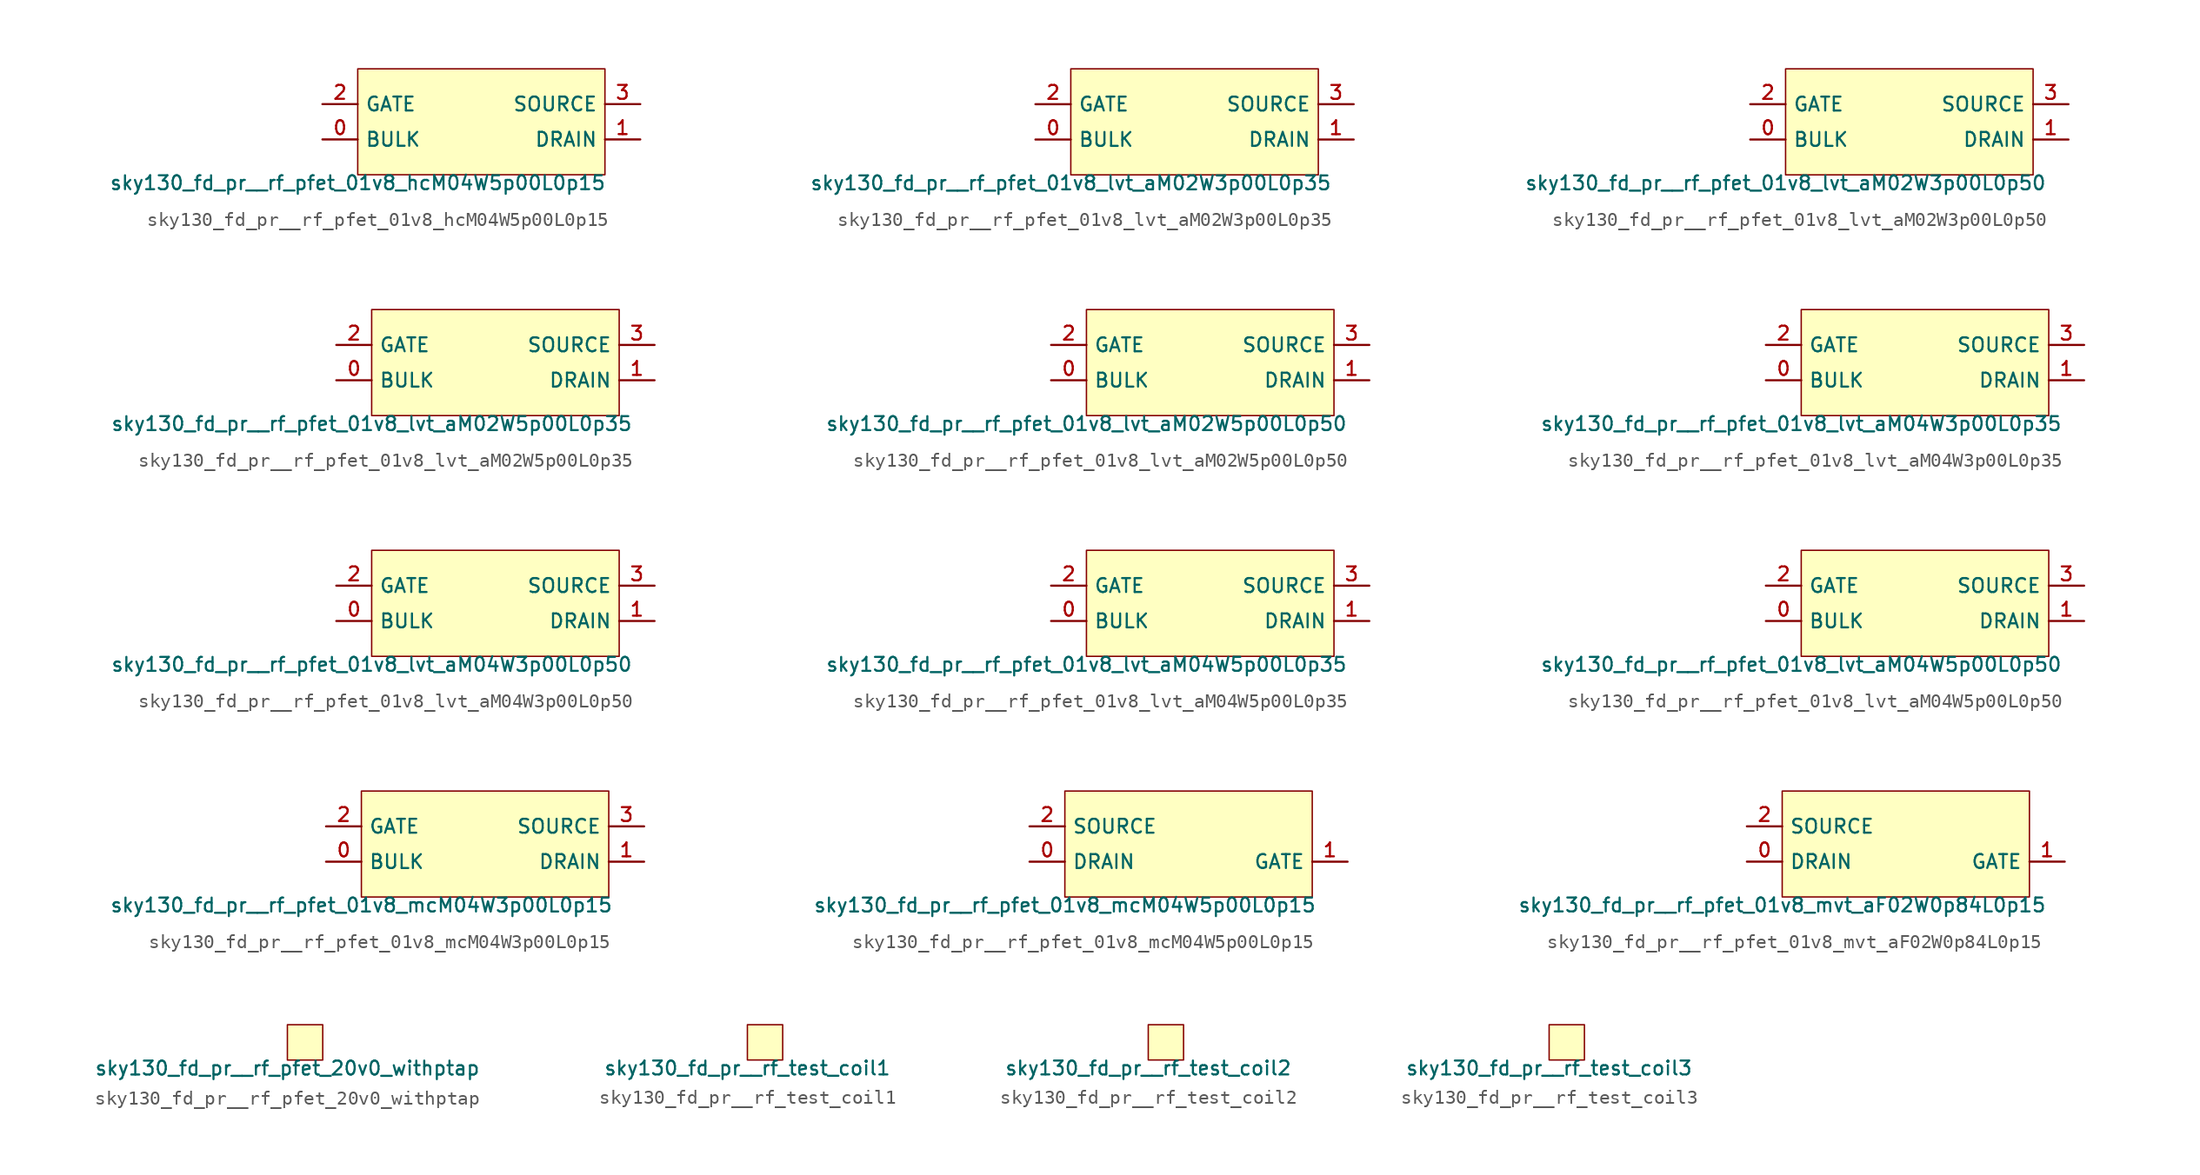
<source format=kicad_sym>
(kicad_symbol_lib
  (version 20211014)
  (generator lef2kicad_sym)
  (symbol "sky130_fd_pr__rf_pfet_01v8_hcM04W5p00L0p15"
    (property "Reference" "X"
      (at 0 0 0)
      (effects (font (size 1 1)) hide))
    (property "Value" "sky130_fd_pr__rf_pfet_01v8_hcM04W5p00L0p15"
      (at -8.89 -3.81 0)
      (effects (font (size 1 1)) (justify top)))
    (rectangle
      (start -8.89 -3.81)
      (end 8.89 3.81)
      (stroke (width 0.1) (type solid) (color 0 0 0 0))
      (fill (type background)))
    (pin bidirectional line
      (at -11.43 -1.27 0)
      (length 2.54)
      (name "BULK" (effects (font (size 1 1)) hide))
      (number "0" (effects (font (size 1 1)) hide)))
    (pin bidirectional line
      (at 11.43 -1.27 180)
      (length 2.54)
      (name "DRAIN" (effects (font (size 1 1)) hide))
      (number "1" (effects (font (size 1 1)) hide)))
    (pin bidirectional line
      (at -11.43 1.27 0)
      (length 2.54)
      (name "GATE" (effects (font (size 1 1)) hide))
      (number "2" (effects (font (size 1 1)) hide)))
    (pin bidirectional line
      (at 11.43 1.27 180)
      (length 2.54)
      (name "SOURCE" (effects (font (size 1 1)) hide))
      (number "3" (effects (font (size 1 1)) hide))))
  (symbol "sky130_fd_pr__rf_pfet_01v8_lvt_aM02W3p00L0p35"
    (property "Reference" "X"
      (at 0 0 0)
      (effects (font (size 1 1)) hide))
    (property "Value" "sky130_fd_pr__rf_pfet_01v8_lvt_aM02W3p00L0p35"
      (at -8.89 -3.81 0)
      (effects (font (size 1 1)) (justify top)))
    (rectangle
      (start -8.89 -3.81)
      (end 8.89 3.81)
      (stroke (width 0.1) (type solid) (color 0 0 0 0))
      (fill (type background)))
    (pin bidirectional line
      (at -11.43 -1.27 0)
      (length 2.54)
      (name "BULK" (effects (font (size 1 1)) hide))
      (number "0" (effects (font (size 1 1)) hide)))
    (pin bidirectional line
      (at 11.43 -1.27 180)
      (length 2.54)
      (name "DRAIN" (effects (font (size 1 1)) hide))
      (number "1" (effects (font (size 1 1)) hide)))
    (pin bidirectional line
      (at -11.43 1.27 0)
      (length 2.54)
      (name "GATE" (effects (font (size 1 1)) hide))
      (number "2" (effects (font (size 1 1)) hide)))
    (pin bidirectional line
      (at 11.43 1.27 180)
      (length 2.54)
      (name "SOURCE" (effects (font (size 1 1)) hide))
      (number "3" (effects (font (size 1 1)) hide))))
  (symbol "sky130_fd_pr__rf_pfet_01v8_lvt_aM02W3p00L0p50"
    (property "Reference" "X"
      (at 0 0 0)
      (effects (font (size 1 1)) hide))
    (property "Value" "sky130_fd_pr__rf_pfet_01v8_lvt_aM02W3p00L0p50"
      (at -8.89 -3.81 0)
      (effects (font (size 1 1)) (justify top)))
    (rectangle
      (start -8.89 -3.81)
      (end 8.89 3.81)
      (stroke (width 0.1) (type solid) (color 0 0 0 0))
      (fill (type background)))
    (pin bidirectional line
      (at -11.43 -1.27 0)
      (length 2.54)
      (name "BULK" (effects (font (size 1 1)) hide))
      (number "0" (effects (font (size 1 1)) hide)))
    (pin bidirectional line
      (at 11.43 -1.27 180)
      (length 2.54)
      (name "DRAIN" (effects (font (size 1 1)) hide))
      (number "1" (effects (font (size 1 1)) hide)))
    (pin bidirectional line
      (at -11.43 1.27 0)
      (length 2.54)
      (name "GATE" (effects (font (size 1 1)) hide))
      (number "2" (effects (font (size 1 1)) hide)))
    (pin bidirectional line
      (at 11.43 1.27 180)
      (length 2.54)
      (name "SOURCE" (effects (font (size 1 1)) hide))
      (number "3" (effects (font (size 1 1)) hide))))
  (symbol "sky130_fd_pr__rf_pfet_01v8_lvt_aM02W5p00L0p35"
    (property "Reference" "X"
      (at 0 0 0)
      (effects (font (size 1 1)) hide))
    (property "Value" "sky130_fd_pr__rf_pfet_01v8_lvt_aM02W5p00L0p35"
      (at -8.89 -3.81 0)
      (effects (font (size 1 1)) (justify top)))
    (rectangle
      (start -8.89 -3.81)
      (end 8.89 3.81)
      (stroke (width 0.1) (type solid) (color 0 0 0 0))
      (fill (type background)))
    (pin bidirectional line
      (at -11.43 -1.27 0)
      (length 2.54)
      (name "BULK" (effects (font (size 1 1)) hide))
      (number "0" (effects (font (size 1 1)) hide)))
    (pin bidirectional line
      (at 11.43 -1.27 180)
      (length 2.54)
      (name "DRAIN" (effects (font (size 1 1)) hide))
      (number "1" (effects (font (size 1 1)) hide)))
    (pin bidirectional line
      (at -11.43 1.27 0)
      (length 2.54)
      (name "GATE" (effects (font (size 1 1)) hide))
      (number "2" (effects (font (size 1 1)) hide)))
    (pin bidirectional line
      (at 11.43 1.27 180)
      (length 2.54)
      (name "SOURCE" (effects (font (size 1 1)) hide))
      (number "3" (effects (font (size 1 1)) hide))))
  (symbol "sky130_fd_pr__rf_pfet_01v8_lvt_aM02W5p00L0p50"
    (property "Reference" "X"
      (at 0 0 0)
      (effects (font (size 1 1)) hide))
    (property "Value" "sky130_fd_pr__rf_pfet_01v8_lvt_aM02W5p00L0p50"
      (at -8.89 -3.81 0)
      (effects (font (size 1 1)) (justify top)))
    (rectangle
      (start -8.89 -3.81)
      (end 8.89 3.81)
      (stroke (width 0.1) (type solid) (color 0 0 0 0))
      (fill (type background)))
    (pin bidirectional line
      (at -11.43 -1.27 0)
      (length 2.54)
      (name "BULK" (effects (font (size 1 1)) hide))
      (number "0" (effects (font (size 1 1)) hide)))
    (pin bidirectional line
      (at 11.43 -1.27 180)
      (length 2.54)
      (name "DRAIN" (effects (font (size 1 1)) hide))
      (number "1" (effects (font (size 1 1)) hide)))
    (pin bidirectional line
      (at -11.43 1.27 0)
      (length 2.54)
      (name "GATE" (effects (font (size 1 1)) hide))
      (number "2" (effects (font (size 1 1)) hide)))
    (pin bidirectional line
      (at 11.43 1.27 180)
      (length 2.54)
      (name "SOURCE" (effects (font (size 1 1)) hide))
      (number "3" (effects (font (size 1 1)) hide))))
  (symbol "sky130_fd_pr__rf_pfet_01v8_lvt_aM04W3p00L0p35"
    (property "Reference" "X"
      (at 0 0 0)
      (effects (font (size 1 1)) hide))
    (property "Value" "sky130_fd_pr__rf_pfet_01v8_lvt_aM04W3p00L0p35"
      (at -8.89 -3.81 0)
      (effects (font (size 1 1)) (justify top)))
    (rectangle
      (start -8.89 -3.81)
      (end 8.89 3.81)
      (stroke (width 0.1) (type solid) (color 0 0 0 0))
      (fill (type background)))
    (pin bidirectional line
      (at -11.43 -1.27 0)
      (length 2.54)
      (name "BULK" (effects (font (size 1 1)) hide))
      (number "0" (effects (font (size 1 1)) hide)))
    (pin bidirectional line
      (at 11.43 -1.27 180)
      (length 2.54)
      (name "DRAIN" (effects (font (size 1 1)) hide))
      (number "1" (effects (font (size 1 1)) hide)))
    (pin bidirectional line
      (at -11.43 1.27 0)
      (length 2.54)
      (name "GATE" (effects (font (size 1 1)) hide))
      (number "2" (effects (font (size 1 1)) hide)))
    (pin bidirectional line
      (at 11.43 1.27 180)
      (length 2.54)
      (name "SOURCE" (effects (font (size 1 1)) hide))
      (number "3" (effects (font (size 1 1)) hide))))
  (symbol "sky130_fd_pr__rf_pfet_01v8_lvt_aM04W3p00L0p50"
    (property "Reference" "X"
      (at 0 0 0)
      (effects (font (size 1 1)) hide))
    (property "Value" "sky130_fd_pr__rf_pfet_01v8_lvt_aM04W3p00L0p50"
      (at -8.89 -3.81 0)
      (effects (font (size 1 1)) (justify top)))
    (rectangle
      (start -8.89 -3.81)
      (end 8.89 3.81)
      (stroke (width 0.1) (type solid) (color 0 0 0 0))
      (fill (type background)))
    (pin bidirectional line
      (at -11.43 -1.27 0)
      (length 2.54)
      (name "BULK" (effects (font (size 1 1)) hide))
      (number "0" (effects (font (size 1 1)) hide)))
    (pin bidirectional line
      (at 11.43 -1.27 180)
      (length 2.54)
      (name "DRAIN" (effects (font (size 1 1)) hide))
      (number "1" (effects (font (size 1 1)) hide)))
    (pin bidirectional line
      (at -11.43 1.27 0)
      (length 2.54)
      (name "GATE" (effects (font (size 1 1)) hide))
      (number "2" (effects (font (size 1 1)) hide)))
    (pin bidirectional line
      (at 11.43 1.27 180)
      (length 2.54)
      (name "SOURCE" (effects (font (size 1 1)) hide))
      (number "3" (effects (font (size 1 1)) hide))))
  (symbol "sky130_fd_pr__rf_pfet_01v8_lvt_aM04W5p00L0p35"
    (property "Reference" "X"
      (at 0 0 0)
      (effects (font (size 1 1)) hide))
    (property "Value" "sky130_fd_pr__rf_pfet_01v8_lvt_aM04W5p00L0p35"
      (at -8.89 -3.81 0)
      (effects (font (size 1 1)) (justify top)))
    (rectangle
      (start -8.89 -3.81)
      (end 8.89 3.81)
      (stroke (width 0.1) (type solid) (color 0 0 0 0))
      (fill (type background)))
    (pin bidirectional line
      (at -11.43 -1.27 0)
      (length 2.54)
      (name "BULK" (effects (font (size 1 1)) hide))
      (number "0" (effects (font (size 1 1)) hide)))
    (pin bidirectional line
      (at 11.43 -1.27 180)
      (length 2.54)
      (name "DRAIN" (effects (font (size 1 1)) hide))
      (number "1" (effects (font (size 1 1)) hide)))
    (pin bidirectional line
      (at -11.43 1.27 0)
      (length 2.54)
      (name "GATE" (effects (font (size 1 1)) hide))
      (number "2" (effects (font (size 1 1)) hide)))
    (pin bidirectional line
      (at 11.43 1.27 180)
      (length 2.54)
      (name "SOURCE" (effects (font (size 1 1)) hide))
      (number "3" (effects (font (size 1 1)) hide))))
  (symbol "sky130_fd_pr__rf_pfet_01v8_lvt_aM04W5p00L0p50"
    (property "Reference" "X"
      (at 0 0 0)
      (effects (font (size 1 1)) hide))
    (property "Value" "sky130_fd_pr__rf_pfet_01v8_lvt_aM04W5p00L0p50"
      (at -8.89 -3.81 0)
      (effects (font (size 1 1)) (justify top)))
    (rectangle
      (start -8.89 -3.81)
      (end 8.89 3.81)
      (stroke (width 0.1) (type solid) (color 0 0 0 0))
      (fill (type background)))
    (pin bidirectional line
      (at -11.43 -1.27 0)
      (length 2.54)
      (name "BULK" (effects (font (size 1 1)) hide))
      (number "0" (effects (font (size 1 1)) hide)))
    (pin bidirectional line
      (at 11.43 -1.27 180)
      (length 2.54)
      (name "DRAIN" (effects (font (size 1 1)) hide))
      (number "1" (effects (font (size 1 1)) hide)))
    (pin bidirectional line
      (at -11.43 1.27 0)
      (length 2.54)
      (name "GATE" (effects (font (size 1 1)) hide))
      (number "2" (effects (font (size 1 1)) hide)))
    (pin bidirectional line
      (at 11.43 1.27 180)
      (length 2.54)
      (name "SOURCE" (effects (font (size 1 1)) hide))
      (number "3" (effects (font (size 1 1)) hide))))
  (symbol "sky130_fd_pr__rf_pfet_01v8_mcM04W3p00L0p15"
    (property "Reference" "X"
      (at 0 0 0)
      (effects (font (size 1 1)) hide))
    (property "Value" "sky130_fd_pr__rf_pfet_01v8_mcM04W3p00L0p15"
      (at -8.89 -3.81 0)
      (effects (font (size 1 1)) (justify top)))
    (rectangle
      (start -8.89 -3.81)
      (end 8.89 3.81)
      (stroke (width 0.1) (type solid) (color 0 0 0 0))
      (fill (type background)))
    (pin bidirectional line
      (at -11.43 -1.27 0)
      (length 2.54)
      (name "BULK" (effects (font (size 1 1)) hide))
      (number "0" (effects (font (size 1 1)) hide)))
    (pin bidirectional line
      (at 11.43 -1.27 180)
      (length 2.54)
      (name "DRAIN" (effects (font (size 1 1)) hide))
      (number "1" (effects (font (size 1 1)) hide)))
    (pin bidirectional line
      (at -11.43 1.27 0)
      (length 2.54)
      (name "GATE" (effects (font (size 1 1)) hide))
      (number "2" (effects (font (size 1 1)) hide)))
    (pin bidirectional line
      (at 11.43 1.27 180)
      (length 2.54)
      (name "SOURCE" (effects (font (size 1 1)) hide))
      (number "3" (effects (font (size 1 1)) hide))))
  (symbol "sky130_fd_pr__rf_pfet_01v8_mcM04W5p00L0p15"
    (property "Reference" "X"
      (at 0 0 0)
      (effects (font (size 1 1)) hide))
    (property "Value" "sky130_fd_pr__rf_pfet_01v8_mcM04W5p00L0p15"
      (at -8.89 -3.81 0)
      (effects (font (size 1 1)) (justify top)))
    (rectangle
      (start -8.89 -3.81)
      (end 8.89 3.81)
      (stroke (width 0.1) (type solid) (color 0 0 0 0))
      (fill (type background)))
    (pin bidirectional line
      (at -11.43 -1.27 0)
      (length 2.54)
      (name "DRAIN" (effects (font (size 1 1)) hide))
      (number "0" (effects (font (size 1 1)) hide)))
    (pin bidirectional line
      (at 11.43 -1.27 180)
      (length 2.54)
      (name "GATE" (effects (font (size 1 1)) hide))
      (number "1" (effects (font (size 1 1)) hide)))
    (pin bidirectional line
      (at -11.43 1.27 0)
      (length 2.54)
      (name "SOURCE" (effects (font (size 1 1)) hide))
      (number "2" (effects (font (size 1 1)) hide))))
  (symbol "sky130_fd_pr__rf_pfet_01v8_mvt_aF02W0p84L0p15"
    (property "Reference" "X"
      (at 0 0 0)
      (effects (font (size 1 1)) hide))
    (property "Value" "sky130_fd_pr__rf_pfet_01v8_mvt_aF02W0p84L0p15"
      (at -8.89 -3.81 0)
      (effects (font (size 1 1)) (justify top)))
    (rectangle
      (start -8.89 -3.81)
      (end 8.89 3.81)
      (stroke (width 0.1) (type solid) (color 0 0 0 0))
      (fill (type background)))
    (pin bidirectional line
      (at -11.43 -1.27 0)
      (length 2.54)
      (name "DRAIN" (effects (font (size 1 1)) hide))
      (number "0" (effects (font (size 1 1)) hide)))
    (pin bidirectional line
      (at 11.43 -1.27 180)
      (length 2.54)
      (name "GATE" (effects (font (size 1 1)) hide))
      (number "1" (effects (font (size 1 1)) hide)))
    (pin bidirectional line
      (at -11.43 1.27 0)
      (length 2.54)
      (name "SOURCE" (effects (font (size 1 1)) hide))
      (number "2" (effects (font (size 1 1)) hide))))
  (symbol "sky130_fd_pr__rf_pfet_20v0_withptap"
    (property "Reference" "X"
      (at 0 0 0)
      (effects (font (size 1 1)) hide))
    (property "Value" "sky130_fd_pr__rf_pfet_20v0_withptap"
      (at -1.27 -1.27 0)
      (effects (font (size 1 1)) (justify top)))
    (rectangle
      (start -1.27 -1.27)
      (end 1.27 1.27)
      (stroke (width 0.1) (type solid) (color 0 0 0 0))
      (fill (type background))))
  (symbol "sky130_fd_pr__rf_test_coil1"
    (property "Reference" "X"
      (at 0 0 0)
      (effects (font (size 1 1)) hide))
    (property "Value" "sky130_fd_pr__rf_test_coil1"
      (at -1.27 -1.27 0)
      (effects (font (size 1 1)) (justify top)))
    (rectangle
      (start -1.27 -1.27)
      (end 1.27 1.27)
      (stroke (width 0.1) (type solid) (color 0 0 0 0))
      (fill (type background))))
  (symbol "sky130_fd_pr__rf_test_coil2"
    (property "Reference" "X"
      (at 0 0 0)
      (effects (font (size 1 1)) hide))
    (property "Value" "sky130_fd_pr__rf_test_coil2"
      (at -1.27 -1.27 0)
      (effects (font (size 1 1)) (justify top)))
    (rectangle
      (start -1.27 -1.27)
      (end 1.27 1.27)
      (stroke (width 0.1) (type solid) (color 0 0 0 0))
      (fill (type background))))
  (symbol "sky130_fd_pr__rf_test_coil3"
    (property "Reference" "X"
      (at 0 0 0)
      (effects (font (size 1 1)) hide))
    (property "Value" "sky130_fd_pr__rf_test_coil3"
      (at -1.27 -1.27 0)
      (effects (font (size 1 1)) (justify top)))
    (rectangle
      (start -1.27 -1.27)
      (end 1.27 1.27)
      (stroke (width 0.1) (type solid) (color 0 0 0 0))
      (fill (type background)))))
</source>
